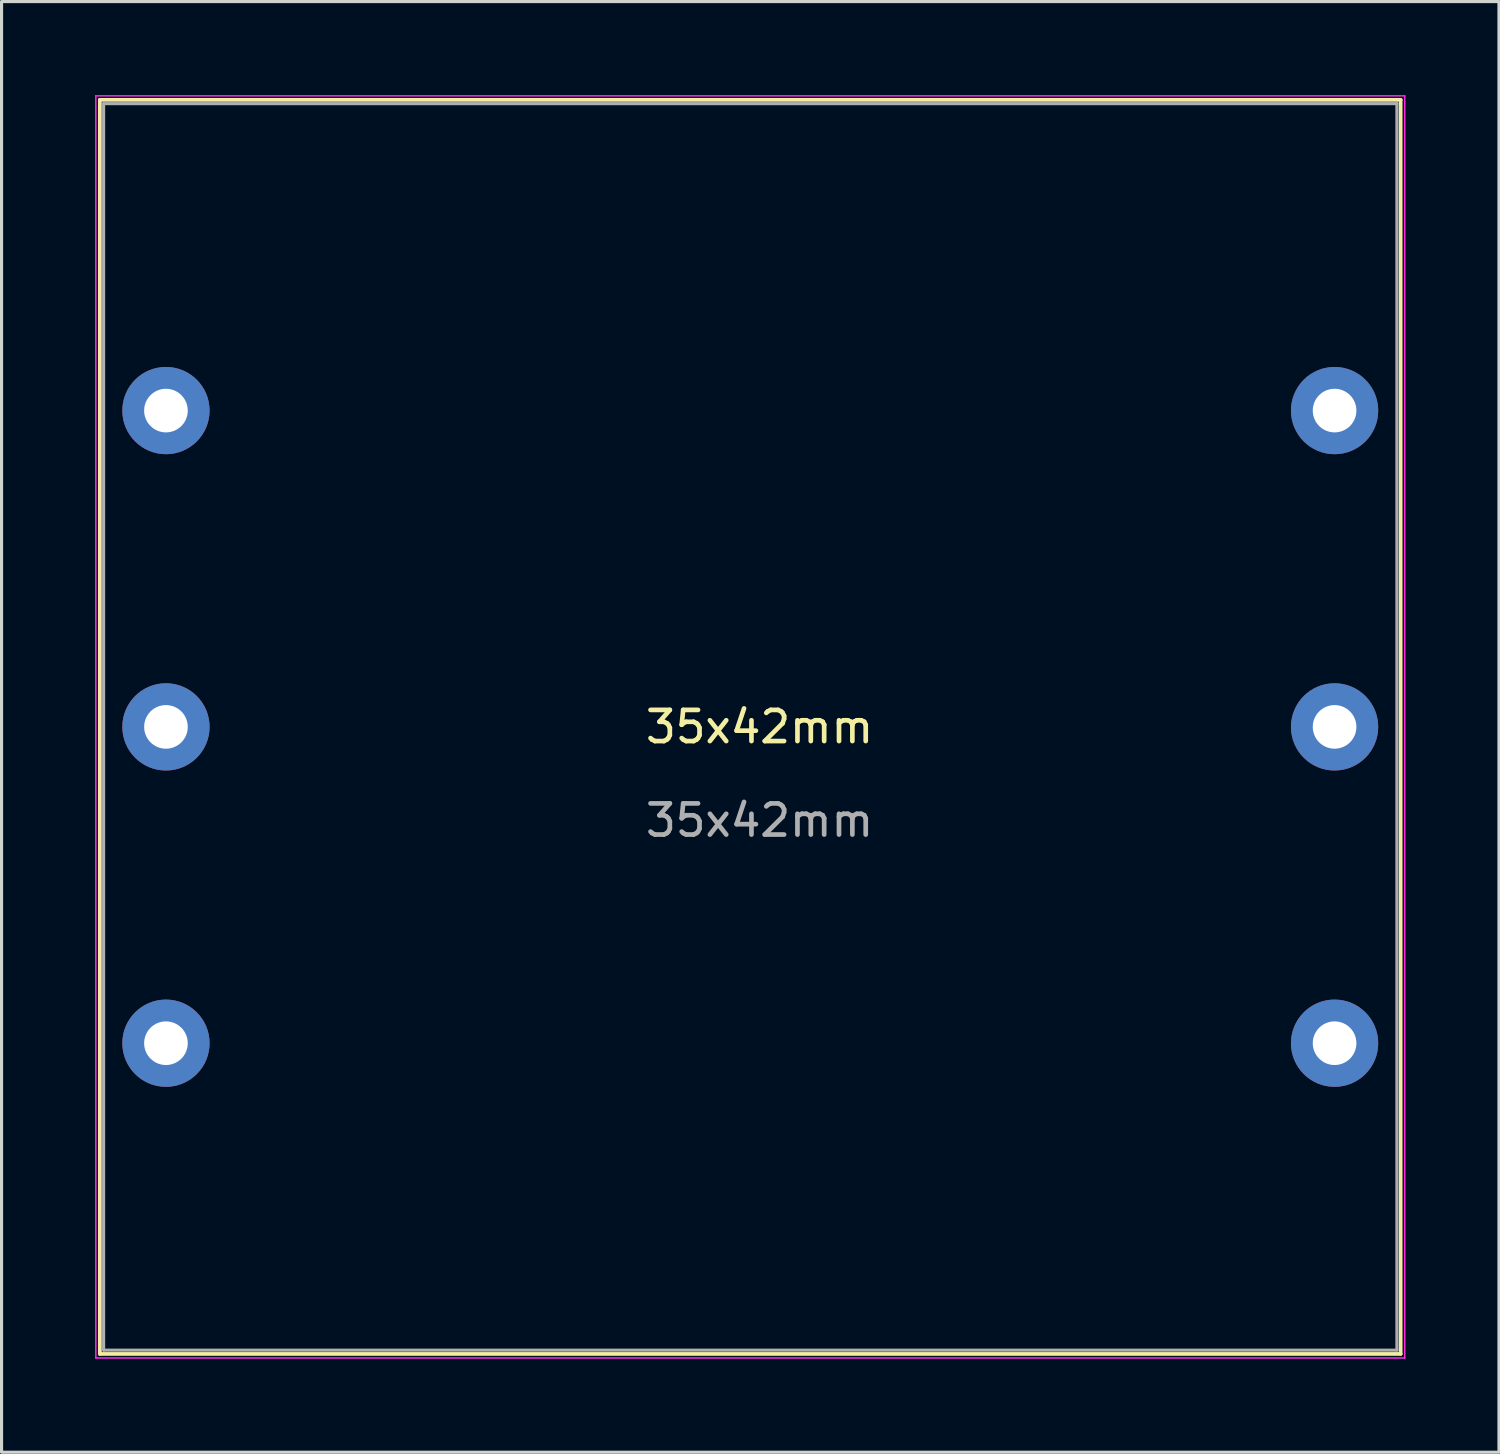
<source format=kicad_pcb>
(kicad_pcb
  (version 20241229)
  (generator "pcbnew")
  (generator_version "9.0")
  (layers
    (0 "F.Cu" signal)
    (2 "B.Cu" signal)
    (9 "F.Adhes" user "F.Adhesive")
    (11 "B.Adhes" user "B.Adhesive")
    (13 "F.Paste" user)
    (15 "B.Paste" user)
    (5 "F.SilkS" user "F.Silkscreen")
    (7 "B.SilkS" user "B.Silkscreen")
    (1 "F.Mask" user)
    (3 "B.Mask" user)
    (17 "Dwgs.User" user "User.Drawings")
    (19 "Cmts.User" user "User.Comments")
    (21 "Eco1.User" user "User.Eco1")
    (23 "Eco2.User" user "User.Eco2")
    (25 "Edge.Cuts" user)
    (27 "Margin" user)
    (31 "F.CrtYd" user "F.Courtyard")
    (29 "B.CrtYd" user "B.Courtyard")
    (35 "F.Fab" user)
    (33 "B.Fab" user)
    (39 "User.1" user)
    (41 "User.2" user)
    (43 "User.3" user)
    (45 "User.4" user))
  (footprint "35x42mm"
    (layer "F.Cu")
    (at 2.275 20.275)
    (property "Reference" "35x42mm" (at 19.05 0 0) (unlocked yes) (layer "F.SilkS") (effects (font (size 1 1) (thickness 0.15))))
    (attr through_hole)
    (fp_line (start -2.12 -20.12) (end -2.12 20.12) (stroke (width 0.12) (type solid)) (layer "F.SilkS"))
    (fp_line (start -2.12 -20.12) (end 39.62 -20.12) (stroke (width 0.12) (type solid)) (layer "F.SilkS"))
    (fp_line (start -2.12 20.12) (end 39.62 20.12) (stroke (width 0.12) (type solid)) (layer "F.SilkS"))
    (fp_line (start 39.62 -20.12) (end 39.62 20.12) (stroke (width 0.12) (type solid)) (layer "F.SilkS"))
    (fp_line (start -2.25 -20.25) (end -2.25 20.25) (stroke (width 0.05) (type solid)) (layer "F.CrtYd"))
    (fp_line (start -2.25 20.25) (end 39.75 20.25) (stroke (width 0.05) (type solid)) (layer "F.CrtYd"))
    (fp_line (start 39.75 -20.25) (end -2.25 -20.25) (stroke (width 0.05) (type solid)) (layer "F.CrtYd"))
    (fp_line (start 39.75 20.25) (end 39.75 -20.25) (stroke (width 0.05) (type solid)) (layer "F.CrtYd"))
    (fp_line (start -2 -20) (end -2 20) (stroke (width 0.1) (type solid)) (layer "F.Fab"))
    (fp_line (start -2 20) (end 39.5 20) (stroke (width 0.1) (type solid)) (layer "F.Fab"))
    (fp_line (start 39.5 -20) (end -2 -20) (stroke (width 0.1) (type solid)) (layer "F.Fab"))
    (fp_line (start 39.5 20) (end 39.5 -20) (stroke (width 0.1) (type solid)) (layer "F.Fab"))
    (fp_text user "${REFERENCE}" (at 19.05 3 0) (unlocked yes) (layer "F.Fab") (effects (font (size 1 1) (thickness 0.15))))
    (pad "1" thru_hole circle (at 0 -10.15) (size 2.8 2.8) (drill 1.4) (layers "*.Cu" "*.Mask"))
    (pad "1" thru_hole circle (at 0 0) (size 2.8 2.8) (drill 1.4) (layers "*.Cu" "*.Mask"))
    (pad "1" thru_hole circle (at 0 10.15) (size 2.8 2.8) (drill 1.4) (layers "*.Cu" "*.Mask"))
    (pad "2" thru_hole circle (at 37.5 -10.15) (size 2.8 2.8) (drill 1.4) (layers "*.Cu" "*.Mask"))
    (pad "2" thru_hole circle (at 37.5 0) (size 2.8 2.8) (drill 1.4) (layers "*.Cu" "*.Mask"))
    (pad "2" thru_hole circle (at 37.5 10.15) (size 2.8 2.8) (drill 1.4) (layers "*.Cu" "*.Mask")))
  (gr_rect
    (start -3 -3)
    (end 45.05 43.55)
    (stroke (width 0.1) (type default))
    (fill no)
    (layer "Edge.Cuts")))
</source>
